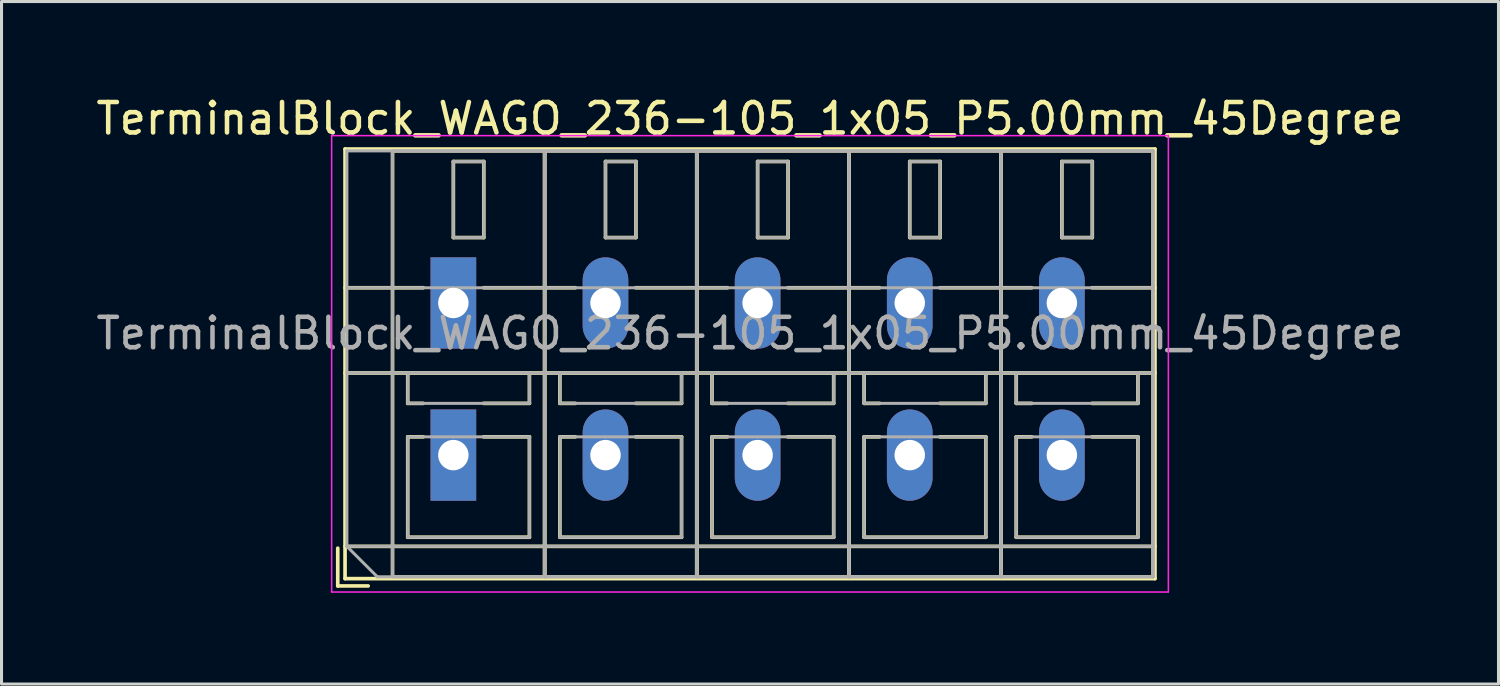
<source format=kicad_pcb>
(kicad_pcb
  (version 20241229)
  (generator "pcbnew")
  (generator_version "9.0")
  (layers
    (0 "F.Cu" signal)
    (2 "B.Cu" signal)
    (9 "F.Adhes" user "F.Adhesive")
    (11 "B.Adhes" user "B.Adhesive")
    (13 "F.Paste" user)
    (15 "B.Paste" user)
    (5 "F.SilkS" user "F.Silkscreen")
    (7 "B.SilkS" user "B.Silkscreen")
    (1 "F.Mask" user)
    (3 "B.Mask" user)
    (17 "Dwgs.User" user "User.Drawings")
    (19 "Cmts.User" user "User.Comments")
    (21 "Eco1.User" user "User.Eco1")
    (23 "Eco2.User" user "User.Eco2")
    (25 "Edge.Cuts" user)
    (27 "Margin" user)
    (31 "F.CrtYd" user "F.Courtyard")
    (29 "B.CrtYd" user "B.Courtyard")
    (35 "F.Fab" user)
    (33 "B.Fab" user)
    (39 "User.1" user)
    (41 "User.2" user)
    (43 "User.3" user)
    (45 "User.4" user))
  (footprint "TerminalBlock_WAGO_236-105_1x05_P5.00mm_45Degree"
    (layer "F.Cu")
    (at 11.851 11.908)
    (property "Reference" "TerminalBlock_WAGO_236-105_1x05_P5.00mm_45Degree" (at 9.75 -11.06 0) (layer "F.SilkS") (effects (font (size 1 1) (thickness 0.15))))
    (attr through_hole)
    (fp_line (start -3.8 3.06) (end -3.8 4.3) (stroke (width 0.12) (type solid)) (layer "F.SilkS"))
    (fp_line (start -3.8 4.3) (end -2.8 4.3) (stroke (width 0.12) (type solid)) (layer "F.SilkS"))
    (fp_line (start -3.56 -10.06) (end -3.56 4.06) (stroke (width 0.12) (type solid)) (layer "F.SilkS"))
    (fp_line (start -3.56 -10.06) (end 23.06 -10.06) (stroke (width 0.12) (type solid)) (layer "F.SilkS"))
    (fp_line (start -3.56 -5.5) (end -0.99 -5.5) (stroke (width 0.12) (type solid)) (layer "F.SilkS"))
    (fp_line (start -3.56 -2.7) (end 23.06 -2.7) (stroke (width 0.12) (type solid)) (layer "F.SilkS"))
    (fp_line (start -3.56 3) (end 23.06 3) (stroke (width 0.12) (type solid)) (layer "F.SilkS"))
    (fp_line (start -3.56 4.06) (end 23.06 4.06) (stroke (width 0.12) (type solid)) (layer "F.SilkS"))
    (fp_line (start -2 -10) (end -2 4) (stroke (width 0.12) (type solid)) (layer "F.SilkS"))
    (fp_line (start -2 -10) (end 3 -10) (stroke (width 0.12) (type solid)) (layer "F.SilkS"))
    (fp_line (start -2 4) (end 3 4) (stroke (width 0.12) (type solid)) (layer "F.SilkS"))
    (fp_line (start -1.5 -2.7) (end -1.5 -1.701) (stroke (width 0.12) (type solid)) (layer "F.SilkS"))
    (fp_line (start -1.5 -2.7) (end 2.5 -2.7) (stroke (width 0.12) (type solid)) (layer "F.SilkS"))
    (fp_line (start -1.5 -1.701) (end -0.99 -1.701) (stroke (width 0.12) (type solid)) (layer "F.SilkS"))
    (fp_line (start -1.5 -0.6) (end -1.5 2.7) (stroke (width 0.12) (type solid)) (layer "F.SilkS"))
    (fp_line (start -1.5 -0.6) (end -0.99 -0.6) (stroke (width 0.12) (type solid)) (layer "F.SilkS"))
    (fp_line (start -1.5 2.7) (end 2.5 2.7) (stroke (width 0.12) (type solid)) (layer "F.SilkS"))
    (fp_line (start 0 -9.65) (end 0 -7.15) (stroke (width 0.12) (type solid)) (layer "F.SilkS"))
    (fp_line (start 0 -9.65) (end 1 -9.65) (stroke (width 0.12) (type solid)) (layer "F.SilkS"))
    (fp_line (start 0 -7.15) (end 1 -7.15) (stroke (width 0.12) (type solid)) (layer "F.SilkS"))
    (fp_line (start 0.99 -5.5) (end 4.01 -5.5) (stroke (width 0.12) (type solid)) (layer "F.SilkS"))
    (fp_line (start 0.99 -1.701) (end 2.5 -1.701) (stroke (width 0.12) (type solid)) (layer "F.SilkS"))
    (fp_line (start 0.99 -0.6) (end 2.5 -0.6) (stroke (width 0.12) (type solid)) (layer "F.SilkS"))
    (fp_line (start 1 -9.65) (end 1 -7.15) (stroke (width 0.12) (type solid)) (layer "F.SilkS"))
    (fp_line (start 2.5 -2.7) (end 2.5 -1.701) (stroke (width 0.12) (type solid)) (layer "F.SilkS"))
    (fp_line (start 2.5 -0.6) (end 2.5 2.7) (stroke (width 0.12) (type solid)) (layer "F.SilkS"))
    (fp_line (start 3 -10) (end 3 4) (stroke (width 0.12) (type solid)) (layer "F.SilkS"))
    (fp_line (start 3 -10) (end 3 4) (stroke (width 0.12) (type solid)) (layer "F.SilkS"))
    (fp_line (start 3 -10) (end 8 -10) (stroke (width 0.12) (type solid)) (layer "F.SilkS"))
    (fp_line (start 3 4) (end 8 4) (stroke (width 0.12) (type solid)) (layer "F.SilkS"))
    (fp_line (start 3.5 -2.7) (end 3.5 -1.701) (stroke (width 0.12) (type solid)) (layer "F.SilkS"))
    (fp_line (start 3.5 -2.7) (end 7.5 -2.7) (stroke (width 0.12) (type solid)) (layer "F.SilkS"))
    (fp_line (start 3.5 -1.701) (end 4.01 -1.701) (stroke (width 0.12) (type solid)) (layer "F.SilkS"))
    (fp_line (start 3.5 -0.6) (end 3.5 2.7) (stroke (width 0.12) (type solid)) (layer "F.SilkS"))
    (fp_line (start 3.5 -0.6) (end 4.01 -0.6) (stroke (width 0.12) (type solid)) (layer "F.SilkS"))
    (fp_line (start 3.5 2.7) (end 7.5 2.7) (stroke (width 0.12) (type solid)) (layer "F.SilkS"))
    (fp_line (start 5 -9.65) (end 5 -7.15) (stroke (width 0.12) (type solid)) (layer "F.SilkS"))
    (fp_line (start 5 -9.65) (end 6 -9.65) (stroke (width 0.12) (type solid)) (layer "F.SilkS"))
    (fp_line (start 5 -7.15) (end 6 -7.15) (stroke (width 0.12) (type solid)) (layer "F.SilkS"))
    (fp_line (start 5.99 -5.5) (end 9.01 -5.5) (stroke (width 0.12) (type solid)) (layer "F.SilkS"))
    (fp_line (start 5.99 -1.701) (end 7.5 -1.701) (stroke (width 0.12) (type solid)) (layer "F.SilkS"))
    (fp_line (start 5.99 -0.6) (end 7.5 -0.6) (stroke (width 0.12) (type solid)) (layer "F.SilkS"))
    (fp_line (start 6 -9.65) (end 6 -7.15) (stroke (width 0.12) (type solid)) (layer "F.SilkS"))
    (fp_line (start 7.5 -2.7) (end 7.5 -1.701) (stroke (width 0.12) (type solid)) (layer "F.SilkS"))
    (fp_line (start 7.5 -0.6) (end 7.5 2.7) (stroke (width 0.12) (type solid)) (layer "F.SilkS"))
    (fp_line (start 8 -10) (end 8 4) (stroke (width 0.12) (type solid)) (layer "F.SilkS"))
    (fp_line (start 8 -10) (end 8 4) (stroke (width 0.12) (type solid)) (layer "F.SilkS"))
    (fp_line (start 8 -10) (end 13 -10) (stroke (width 0.12) (type solid)) (layer "F.SilkS"))
    (fp_line (start 8 4) (end 13 4) (stroke (width 0.12) (type solid)) (layer "F.SilkS"))
    (fp_line (start 8.5 -2.7) (end 8.5 -1.701) (stroke (width 0.12) (type solid)) (layer "F.SilkS"))
    (fp_line (start 8.5 -2.7) (end 12.5 -2.7) (stroke (width 0.12) (type solid)) (layer "F.SilkS"))
    (fp_line (start 8.5 -1.701) (end 9.01 -1.701) (stroke (width 0.12) (type solid)) (layer "F.SilkS"))
    (fp_line (start 8.5 -0.6) (end 8.5 2.7) (stroke (width 0.12) (type solid)) (layer "F.SilkS"))
    (fp_line (start 8.5 -0.6) (end 9.01 -0.6) (stroke (width 0.12) (type solid)) (layer "F.SilkS"))
    (fp_line (start 8.5 2.7) (end 12.5 2.7) (stroke (width 0.12) (type solid)) (layer "F.SilkS"))
    (fp_line (start 10 -9.65) (end 10 -7.15) (stroke (width 0.12) (type solid)) (layer "F.SilkS"))
    (fp_line (start 10 -9.65) (end 11 -9.65) (stroke (width 0.12) (type solid)) (layer "F.SilkS"))
    (fp_line (start 10 -7.15) (end 11 -7.15) (stroke (width 0.12) (type solid)) (layer "F.SilkS"))
    (fp_line (start 10.99 -5.5) (end 14.01 -5.5) (stroke (width 0.12) (type solid)) (layer "F.SilkS"))
    (fp_line (start 10.99 -1.701) (end 12.5 -1.701) (stroke (width 0.12) (type solid)) (layer "F.SilkS"))
    (fp_line (start 10.99 -0.6) (end 12.5 -0.6) (stroke (width 0.12) (type solid)) (layer "F.SilkS"))
    (fp_line (start 11 -9.65) (end 11 -7.15) (stroke (width 0.12) (type solid)) (layer "F.SilkS"))
    (fp_line (start 12.5 -2.7) (end 12.5 -1.701) (stroke (width 0.12) (type solid)) (layer "F.SilkS"))
    (fp_line (start 12.5 -0.6) (end 12.5 2.7) (stroke (width 0.12) (type solid)) (layer "F.SilkS"))
    (fp_line (start 13 -10) (end 13 4) (stroke (width 0.12) (type solid)) (layer "F.SilkS"))
    (fp_line (start 13 -10) (end 13 4) (stroke (width 0.12) (type solid)) (layer "F.SilkS"))
    (fp_line (start 13 -10) (end 18 -10) (stroke (width 0.12) (type solid)) (layer "F.SilkS"))
    (fp_line (start 13 4) (end 18 4) (stroke (width 0.12) (type solid)) (layer "F.SilkS"))
    (fp_line (start 13.5 -2.7) (end 13.5 -1.701) (stroke (width 0.12) (type solid)) (layer "F.SilkS"))
    (fp_line (start 13.5 -2.7) (end 17.5 -2.7) (stroke (width 0.12) (type solid)) (layer "F.SilkS"))
    (fp_line (start 13.5 -1.701) (end 14.01 -1.701) (stroke (width 0.12) (type solid)) (layer "F.SilkS"))
    (fp_line (start 13.5 -0.6) (end 13.5 2.7) (stroke (width 0.12) (type solid)) (layer "F.SilkS"))
    (fp_line (start 13.5 -0.6) (end 14.01 -0.6) (stroke (width 0.12) (type solid)) (layer "F.SilkS"))
    (fp_line (start 13.5 2.7) (end 17.5 2.7) (stroke (width 0.12) (type solid)) (layer "F.SilkS"))
    (fp_line (start 15 -9.65) (end 15 -7.15) (stroke (width 0.12) (type solid)) (layer "F.SilkS"))
    (fp_line (start 15 -9.65) (end 16 -9.65) (stroke (width 0.12) (type solid)) (layer "F.SilkS"))
    (fp_line (start 15 -7.15) (end 16 -7.15) (stroke (width 0.12) (type solid)) (layer "F.SilkS"))
    (fp_line (start 15.99 -5.5) (end 19.01 -5.5) (stroke (width 0.12) (type solid)) (layer "F.SilkS"))
    (fp_line (start 15.99 -1.701) (end 17.5 -1.701) (stroke (width 0.12) (type solid)) (layer "F.SilkS"))
    (fp_line (start 15.99 -0.6) (end 17.5 -0.6) (stroke (width 0.12) (type solid)) (layer "F.SilkS"))
    (fp_line (start 16 -9.65) (end 16 -7.15) (stroke (width 0.12) (type solid)) (layer "F.SilkS"))
    (fp_line (start 17.5 -2.7) (end 17.5 -1.701) (stroke (width 0.12) (type solid)) (layer "F.SilkS"))
    (fp_line (start 17.5 -0.6) (end 17.5 2.7) (stroke (width 0.12) (type solid)) (layer "F.SilkS"))
    (fp_line (start 18 -10) (end 18 4) (stroke (width 0.12) (type solid)) (layer "F.SilkS"))
    (fp_line (start 18 -10) (end 18 4) (stroke (width 0.12) (type solid)) (layer "F.SilkS"))
    (fp_line (start 18 -10) (end 23 -10) (stroke (width 0.12) (type solid)) (layer "F.SilkS"))
    (fp_line (start 18 4) (end 23 4) (stroke (width 0.12) (type solid)) (layer "F.SilkS"))
    (fp_line (start 18.5 -2.7) (end 18.5 -1.701) (stroke (width 0.12) (type solid)) (layer "F.SilkS"))
    (fp_line (start 18.5 -2.7) (end 22.5 -2.7) (stroke (width 0.12) (type solid)) (layer "F.SilkS"))
    (fp_line (start 18.5 -1.701) (end 19.01 -1.701) (stroke (width 0.12) (type solid)) (layer "F.SilkS"))
    (fp_line (start 18.5 -0.6) (end 18.5 2.7) (stroke (width 0.12) (type solid)) (layer "F.SilkS"))
    (fp_line (start 18.5 -0.6) (end 19.01 -0.6) (stroke (width 0.12) (type solid)) (layer "F.SilkS"))
    (fp_line (start 18.5 2.7) (end 22.5 2.7) (stroke (width 0.12) (type solid)) (layer "F.SilkS"))
    (fp_line (start 20 -9.65) (end 20 -7.15) (stroke (width 0.12) (type solid)) (layer "F.SilkS"))
    (fp_line (start 20 -9.65) (end 21 -9.65) (stroke (width 0.12) (type solid)) (layer "F.SilkS"))
    (fp_line (start 20 -7.15) (end 21 -7.15) (stroke (width 0.12) (type solid)) (layer "F.SilkS"))
    (fp_line (start 20.99 -5.5) (end 23.06 -5.5) (stroke (width 0.12) (type solid)) (layer "F.SilkS"))
    (fp_line (start 20.99 -1.701) (end 22.5 -1.701) (stroke (width 0.12) (type solid)) (layer "F.SilkS"))
    (fp_line (start 20.99 -0.6) (end 22.5 -0.6) (stroke (width 0.12) (type solid)) (layer "F.SilkS"))
    (fp_line (start 21 -9.65) (end 21 -7.15) (stroke (width 0.12) (type solid)) (layer "F.SilkS"))
    (fp_line (start 22.5 -2.7) (end 22.5 -1.701) (stroke (width 0.12) (type solid)) (layer "F.SilkS"))
    (fp_line (start 22.5 -0.6) (end 22.5 2.7) (stroke (width 0.12) (type solid)) (layer "F.SilkS"))
    (fp_line (start 23 -10) (end 23 4) (stroke (width 0.12) (type solid)) (layer "F.SilkS"))
    (fp_line (start 23.06 -10.06) (end 23.06 4.06) (stroke (width 0.12) (type solid)) (layer "F.SilkS"))
    (fp_line (start -4 -10.5) (end -4 4.5) (stroke (width 0.05) (type solid)) (layer "F.CrtYd"))
    (fp_line (start -4 4.5) (end 23.5 4.5) (stroke (width 0.05) (type solid)) (layer "F.CrtYd"))
    (fp_line (start 23.5 -10.5) (end -4 -10.5) (stroke (width 0.05) (type solid)) (layer "F.CrtYd"))
    (fp_line (start 23.5 4.5) (end 23.5 -10.5) (stroke (width 0.05) (type solid)) (layer "F.CrtYd"))
    (fp_line (start -3.5 -10) (end 23 -10) (stroke (width 0.1) (type solid)) (layer "F.Fab"))
    (fp_line (start -3.5 -5.5) (end 23 -5.5) (stroke (width 0.1) (type solid)) (layer "F.Fab"))
    (fp_line (start -3.5 -2.7) (end 23 -2.7) (stroke (width 0.1) (type solid)) (layer "F.Fab"))
    (fp_line (start -3.5 3) (end -3.5 -10) (stroke (width 0.1) (type solid)) (layer "F.Fab"))
    (fp_line (start -3.5 3) (end 23 3) (stroke (width 0.1) (type solid)) (layer "F.Fab"))
    (fp_line (start -2.5 4) (end -3.5 3) (stroke (width 0.1) (type solid)) (layer "F.Fab"))
    (fp_line (start -2 -10) (end -2 4) (stroke (width 0.1) (type solid)) (layer "F.Fab"))
    (fp_line (start -2 4) (end 3 4) (stroke (width 0.1) (type solid)) (layer "F.Fab"))
    (fp_line (start -1.5 -2.7) (end -1.5 -1.7) (stroke (width 0.1) (type solid)) (layer "F.Fab"))
    (fp_line (start -1.5 -1.7) (end 2.5 -1.7) (stroke (width 0.1) (type solid)) (layer "F.Fab"))
    (fp_line (start -1.5 -0.6) (end -1.5 2.7) (stroke (width 0.1) (type solid)) (layer "F.Fab"))
    (fp_line (start -1.5 2.7) (end 2.5 2.7) (stroke (width 0.1) (type solid)) (layer "F.Fab"))
    (fp_line (start 0 -9.65) (end 0 -7.15) (stroke (width 0.1) (type solid)) (layer "F.Fab"))
    (fp_line (start 0 -7.15) (end 1 -7.15) (stroke (width 0.1) (type solid)) (layer "F.Fab"))
    (fp_line (start 1 -9.65) (end 0 -9.65) (stroke (width 0.1) (type solid)) (layer "F.Fab"))
    (fp_line (start 1 -7.15) (end 1 -9.65) (stroke (width 0.1) (type solid)) (layer "F.Fab"))
    (fp_line (start 2.5 -2.7) (end -1.5 -2.7) (stroke (width 0.1) (type solid)) (layer "F.Fab"))
    (fp_line (start 2.5 -1.7) (end 2.5 -2.7) (stroke (width 0.1) (type solid)) (layer "F.Fab"))
    (fp_line (start 2.5 -0.6) (end -1.5 -0.6) (stroke (width 0.1) (type solid)) (layer "F.Fab"))
    (fp_line (start 2.5 2.7) (end 2.5 -0.6) (stroke (width 0.1) (type solid)) (layer "F.Fab"))
    (fp_line (start 3 -10) (end -2 -10) (stroke (width 0.1) (type solid)) (layer "F.Fab"))
    (fp_line (start 3 -10) (end 3 4) (stroke (width 0.1) (type solid)) (layer "F.Fab"))
    (fp_line (start 3 4) (end 3 -10) (stroke (width 0.1) (type solid)) (layer "F.Fab"))
    (fp_line (start 3 4) (end 8 4) (stroke (width 0.1) (type solid)) (layer "F.Fab"))
    (fp_line (start 3.5 -2.7) (end 3.5 -1.7) (stroke (width 0.1) (type solid)) (layer "F.Fab"))
    (fp_line (start 3.5 -1.7) (end 7.5 -1.7) (stroke (width 0.1) (type solid)) (layer "F.Fab"))
    (fp_line (start 3.5 -0.6) (end 3.5 2.7) (stroke (width 0.1) (type solid)) (layer "F.Fab"))
    (fp_line (start 3.5 2.7) (end 7.5 2.7) (stroke (width 0.1) (type solid)) (layer "F.Fab"))
    (fp_line (start 5 -9.65) (end 5 -7.15) (stroke (width 0.1) (type solid)) (layer "F.Fab"))
    (fp_line (start 5 -7.15) (end 6 -7.15) (stroke (width 0.1) (type solid)) (layer "F.Fab"))
    (fp_line (start 6 -9.65) (end 5 -9.65) (stroke (width 0.1) (type solid)) (layer "F.Fab"))
    (fp_line (start 6 -7.15) (end 6 -9.65) (stroke (width 0.1) (type solid)) (layer "F.Fab"))
    (fp_line (start 7.5 -2.7) (end 3.5 -2.7) (stroke (width 0.1) (type solid)) (layer "F.Fab"))
    (fp_line (start 7.5 -1.7) (end 7.5 -2.7) (stroke (width 0.1) (type solid)) (layer "F.Fab"))
    (fp_line (start 7.5 -0.6) (end 3.5 -0.6) (stroke (width 0.1) (type solid)) (layer "F.Fab"))
    (fp_line (start 7.5 2.7) (end 7.5 -0.6) (stroke (width 0.1) (type solid)) (layer "F.Fab"))
    (fp_line (start 8 -10) (end 3 -10) (stroke (width 0.1) (type solid)) (layer "F.Fab"))
    (fp_line (start 8 -10) (end 8 4) (stroke (width 0.1) (type solid)) (layer "F.Fab"))
    (fp_line (start 8 4) (end 8 -10) (stroke (width 0.1) (type solid)) (layer "F.Fab"))
    (fp_line (start 8 4) (end 13 4) (stroke (width 0.1) (type solid)) (layer "F.Fab"))
    (fp_line (start 8.5 -2.7) (end 8.5 -1.7) (stroke (width 0.1) (type solid)) (layer "F.Fab"))
    (fp_line (start 8.5 -1.7) (end 12.5 -1.7) (stroke (width 0.1) (type solid)) (layer "F.Fab"))
    (fp_line (start 8.5 -0.6) (end 8.5 2.7) (stroke (width 0.1) (type solid)) (layer "F.Fab"))
    (fp_line (start 8.5 2.7) (end 12.5 2.7) (stroke (width 0.1) (type solid)) (layer "F.Fab"))
    (fp_line (start 10 -9.65) (end 10 -7.15) (stroke (width 0.1) (type solid)) (layer "F.Fab"))
    (fp_line (start 10 -7.15) (end 11 -7.15) (stroke (width 0.1) (type solid)) (layer "F.Fab"))
    (fp_line (start 11 -9.65) (end 10 -9.65) (stroke (width 0.1) (type solid)) (layer "F.Fab"))
    (fp_line (start 11 -7.15) (end 11 -9.65) (stroke (width 0.1) (type solid)) (layer "F.Fab"))
    (fp_line (start 12.5 -2.7) (end 8.5 -2.7) (stroke (width 0.1) (type solid)) (layer "F.Fab"))
    (fp_line (start 12.5 -1.7) (end 12.5 -2.7) (stroke (width 0.1) (type solid)) (layer "F.Fab"))
    (fp_line (start 12.5 -0.6) (end 8.5 -0.6) (stroke (width 0.1) (type solid)) (layer "F.Fab"))
    (fp_line (start 12.5 2.7) (end 12.5 -0.6) (stroke (width 0.1) (type solid)) (layer "F.Fab"))
    (fp_line (start 13 -10) (end 8 -10) (stroke (width 0.1) (type solid)) (layer "F.Fab"))
    (fp_line (start 13 -10) (end 13 4) (stroke (width 0.1) (type solid)) (layer "F.Fab"))
    (fp_line (start 13 4) (end 13 -10) (stroke (width 0.1) (type solid)) (layer "F.Fab"))
    (fp_line (start 13 4) (end 18 4) (stroke (width 0.1) (type solid)) (layer "F.Fab"))
    (fp_line (start 13.5 -2.7) (end 13.5 -1.7) (stroke (width 0.1) (type solid)) (layer "F.Fab"))
    (fp_line (start 13.5 -1.7) (end 17.5 -1.7) (stroke (width 0.1) (type solid)) (layer "F.Fab"))
    (fp_line (start 13.5 -0.6) (end 13.5 2.7) (stroke (width 0.1) (type solid)) (layer "F.Fab"))
    (fp_line (start 13.5 2.7) (end 17.5 2.7) (stroke (width 0.1) (type solid)) (layer "F.Fab"))
    (fp_line (start 15 -9.65) (end 15 -7.15) (stroke (width 0.1) (type solid)) (layer "F.Fab"))
    (fp_line (start 15 -7.15) (end 16 -7.15) (stroke (width 0.1) (type solid)) (layer "F.Fab"))
    (fp_line (start 16 -9.65) (end 15 -9.65) (stroke (width 0.1) (type solid)) (layer "F.Fab"))
    (fp_line (start 16 -7.15) (end 16 -9.65) (stroke (width 0.1) (type solid)) (layer "F.Fab"))
    (fp_line (start 17.5 -2.7) (end 13.5 -2.7) (stroke (width 0.1) (type solid)) (layer "F.Fab"))
    (fp_line (start 17.5 -1.7) (end 17.5 -2.7) (stroke (width 0.1) (type solid)) (layer "F.Fab"))
    (fp_line (start 17.5 -0.6) (end 13.5 -0.6) (stroke (width 0.1) (type solid)) (layer "F.Fab"))
    (fp_line (start 17.5 2.7) (end 17.5 -0.6) (stroke (width 0.1) (type solid)) (layer "F.Fab"))
    (fp_line (start 18 -10) (end 13 -10) (stroke (width 0.1) (type solid)) (layer "F.Fab"))
    (fp_line (start 18 -10) (end 18 4) (stroke (width 0.1) (type solid)) (layer "F.Fab"))
    (fp_line (start 18 4) (end 18 -10) (stroke (width 0.1) (type solid)) (layer "F.Fab"))
    (fp_line (start 18 4) (end 23 4) (stroke (width 0.1) (type solid)) (layer "F.Fab"))
    (fp_line (start 18.5 -2.7) (end 18.5 -1.7) (stroke (width 0.1) (type solid)) (layer "F.Fab"))
    (fp_line (start 18.5 -1.7) (end 22.5 -1.7) (stroke (width 0.1) (type solid)) (layer "F.Fab"))
    (fp_line (start 18.5 -0.6) (end 18.5 2.7) (stroke (width 0.1) (type solid)) (layer "F.Fab"))
    (fp_line (start 18.5 2.7) (end 22.5 2.7) (stroke (width 0.1) (type solid)) (layer "F.Fab"))
    (fp_line (start 20 -9.65) (end 20 -7.15) (stroke (width 0.1) (type solid)) (layer "F.Fab"))
    (fp_line (start 20 -7.15) (end 21 -7.15) (stroke (width 0.1) (type solid)) (layer "F.Fab"))
    (fp_line (start 21 -9.65) (end 20 -9.65) (stroke (width 0.1) (type solid)) (layer "F.Fab"))
    (fp_line (start 21 -7.15) (end 21 -9.65) (stroke (width 0.1) (type solid)) (layer "F.Fab"))
    (fp_line (start 22.5 -2.7) (end 18.5 -2.7) (stroke (width 0.1) (type solid)) (layer "F.Fab"))
    (fp_line (start 22.5 -1.7) (end 22.5 -2.7) (stroke (width 0.1) (type solid)) (layer "F.Fab"))
    (fp_line (start 22.5 -0.6) (end 18.5 -0.6) (stroke (width 0.1) (type solid)) (layer "F.Fab"))
    (fp_line (start 22.5 2.7) (end 22.5 -0.6) (stroke (width 0.1) (type solid)) (layer "F.Fab"))
    (fp_line (start 23 -10) (end 18 -10) (stroke (width 0.1) (type solid)) (layer "F.Fab"))
    (fp_line (start 23 -10) (end 23 4) (stroke (width 0.1) (type solid)) (layer "F.Fab"))
    (fp_line (start 23 4) (end -2.5 4) (stroke (width 0.1) (type solid)) (layer "F.Fab"))
    (fp_line (start 23 4) (end 23 -10) (stroke (width 0.1) (type solid)) (layer "F.Fab"))
    (fp_text user "${REFERENCE}" (at 9.75 -4 0) (layer "F.Fab") (effects (font (size 1 1) (thickness 0.15))))
    (pad "1" thru_hole rect (at 0 -5) (size 1.5 3) (drill 1) (layers "*.Cu" "*.Mask"))
    (pad "1" thru_hole rect (at 0 0) (size 1.5 3) (drill 1) (layers "*.Cu" "*.Mask"))
    (pad "2" thru_hole oval (at 5 -5) (size 1.5 3) (drill 1) (layers "*.Cu" "*.Mask"))
    (pad "2" thru_hole oval (at 5 0) (size 1.5 3) (drill 1) (layers "*.Cu" "*.Mask"))
    (pad "3" thru_hole oval (at 10 -5) (size 1.5 3) (drill 1) (layers "*.Cu" "*.Mask"))
    (pad "3" thru_hole oval (at 10 0) (size 1.5 3) (drill 1) (layers "*.Cu" "*.Mask"))
    (pad "4" thru_hole oval (at 15 -5) (size 1.5 3) (drill 1) (layers "*.Cu" "*.Mask"))
    (pad "4" thru_hole oval (at 15 0) (size 1.5 3) (drill 1) (layers "*.Cu" "*.Mask"))
    (pad "5" thru_hole oval (at 20 -5) (size 1.5 3) (drill 1) (layers "*.Cu" "*.Mask"))
    (pad "5" thru_hole oval (at 20 0) (size 1.5 3) (drill 1) (layers "*.Cu" "*.Mask")))
  (gr_rect
    (start -3 -3)
    (end 46.202 19.433)
    (stroke (width 0.1) (type default))
    (fill no)
    (layer "Edge.Cuts")))
</source>
